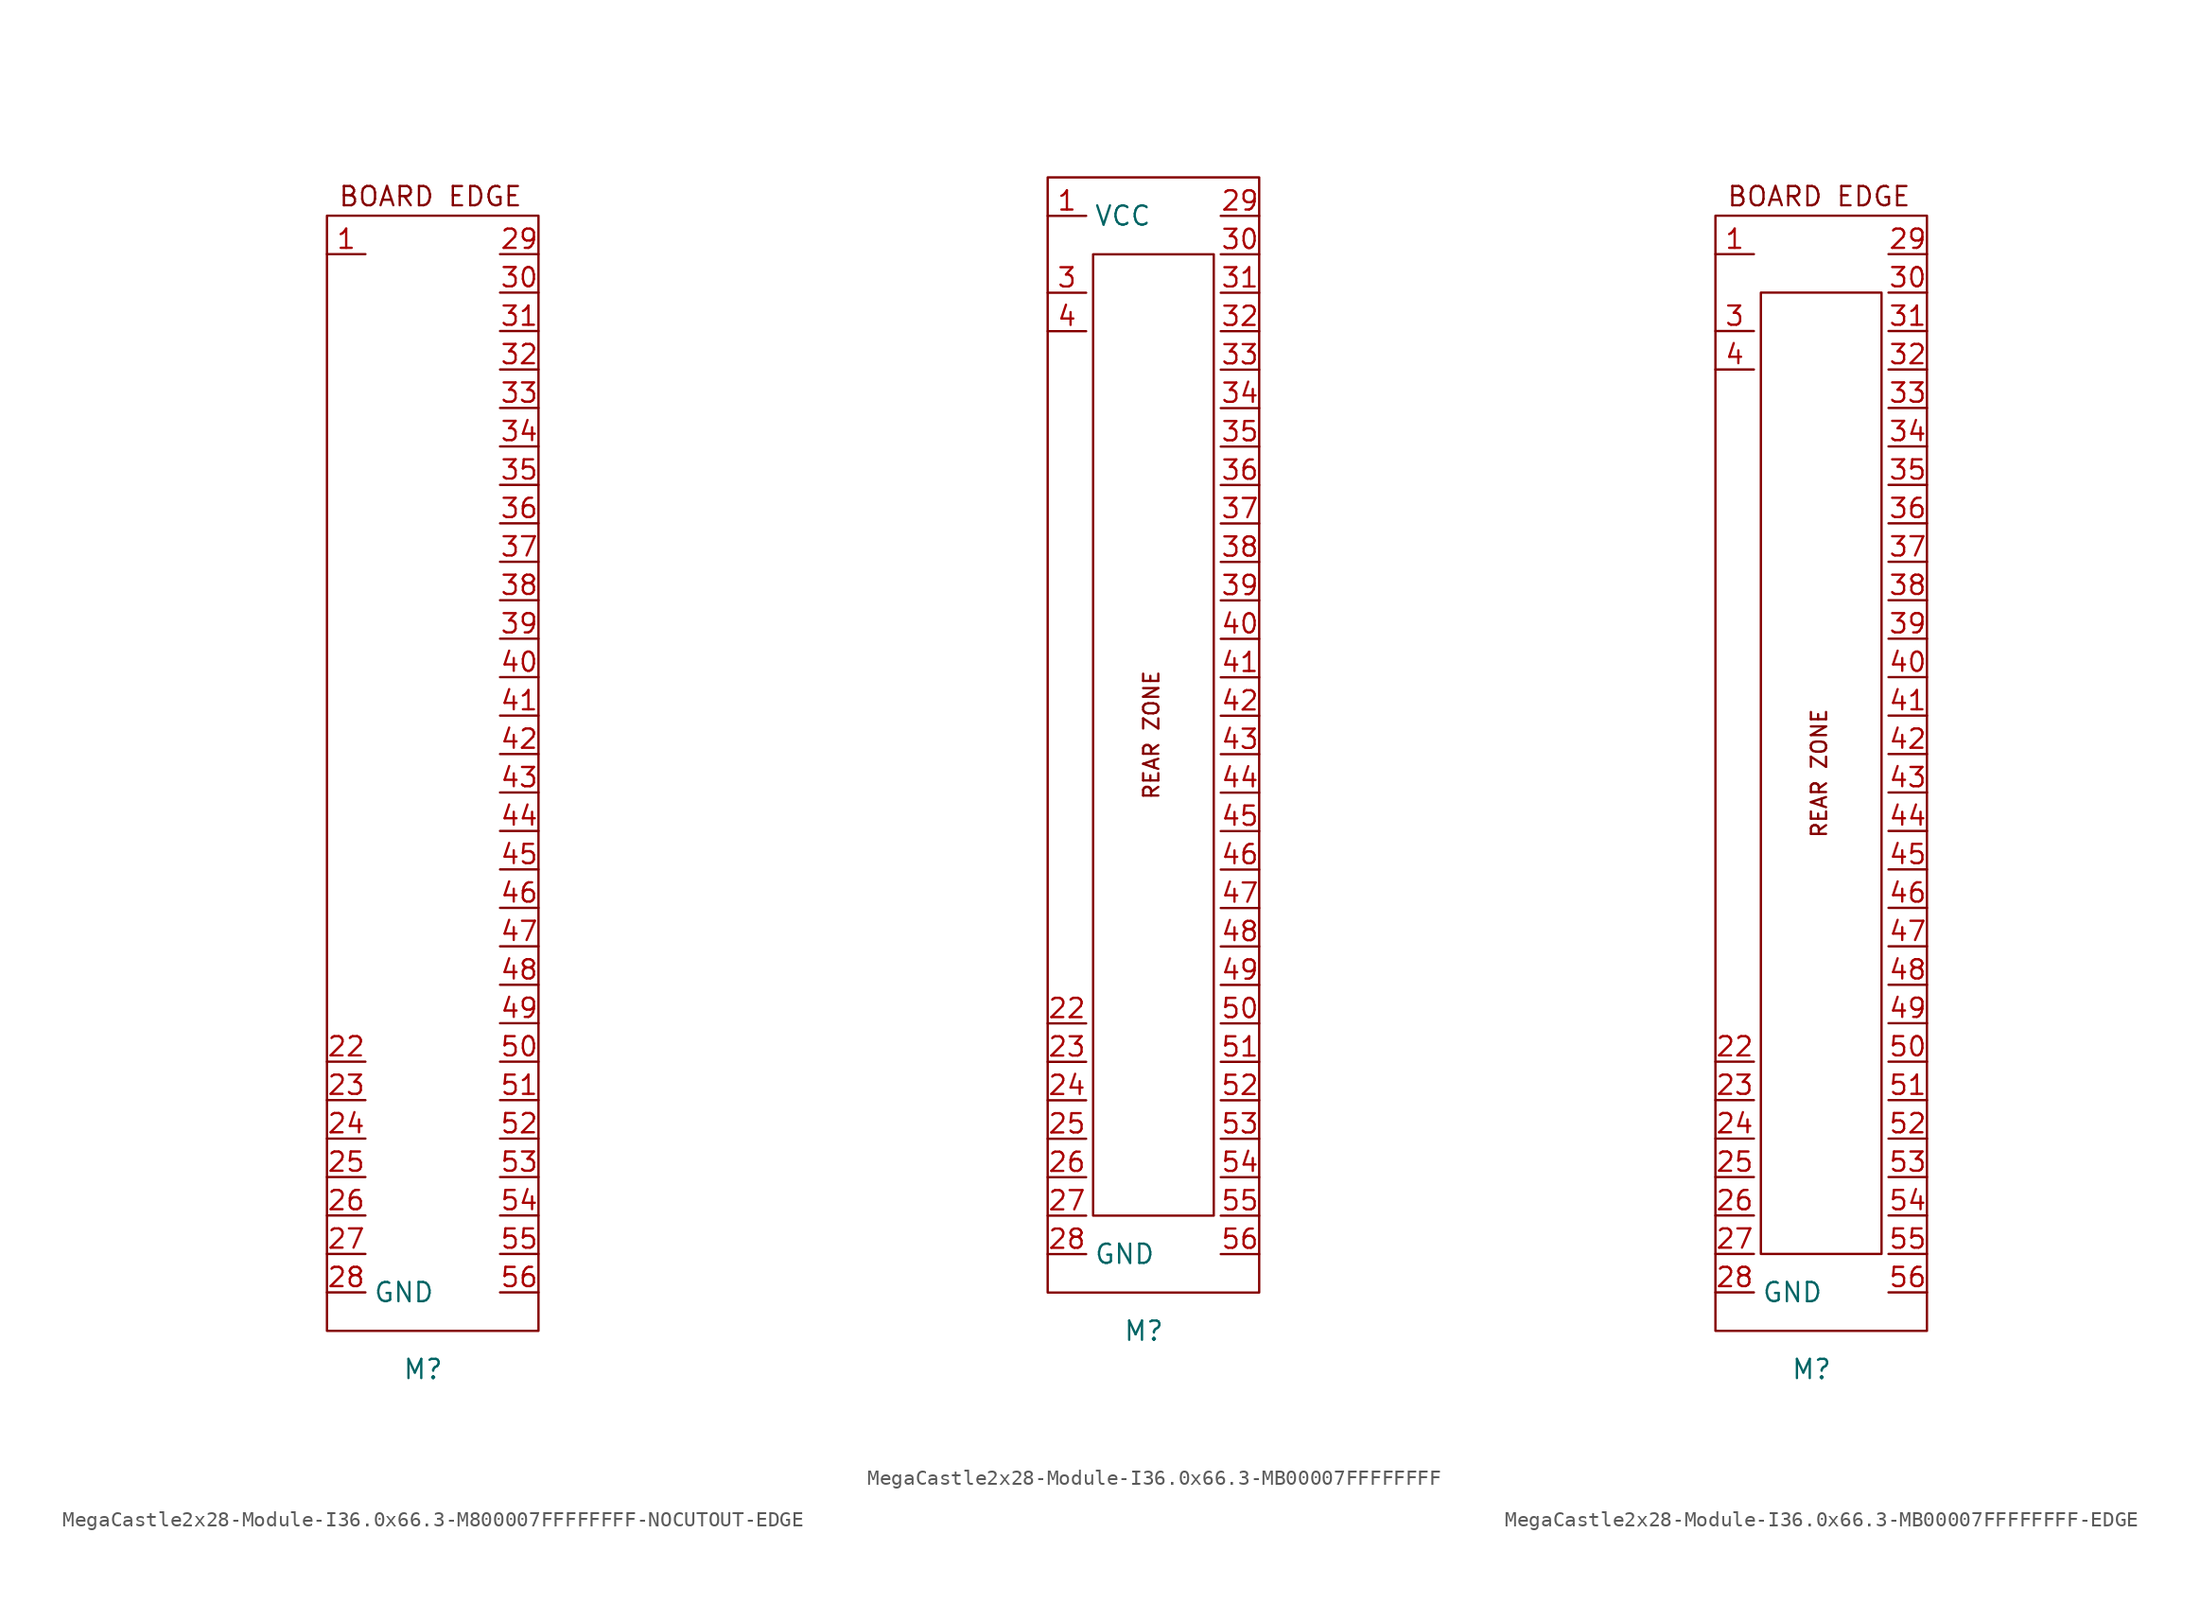
<source format=kicad_sym>
(kicad_symbol_lib
  (version 20241209)
  (generator "kicad_symbol_editor")
  (generator_version "9.0")
  (symbol "MegaCastle2x28-Module-I36.0x66.3-M800007FFFFFFFF-NOCUTOUT-EDGE"
    (property "Reference" "M"
      (at 0 -39.37 0)
      (effects (font (size 1.27 1.27))))
    (property "Value" ""
      (at 0 5.08 0)
      (effects (font (size 1.27 1.27))))
    (symbol "MegaCastle2x28-Module-I36.0x66.3-M800007FFFFFFFF-NOCUTOUT-EDGE_0_1"
      (rectangle (start -6.35 36.83) (end 7.62 -36.83) (stroke (width 0) (type default)) (fill (type none))))
    (symbol "MegaCastle2x28-Module-I36.0x66.3-M800007FFFFFFFF-NOCUTOUT-EDGE_1_1"
      (text " BOARD EDGE" (at 0 38.1 0) (effects (font (size 1.27 1.27))))
      (pin bidirectional line (at -6.35 34.29 0) (length 2.54) (name "" (effects (font (size 1.27 1.27)))) (number "1" (effects (font (size 1.27 1.27)))))
      (pin bidirectional line (at -6.35 -19.05 0) (length 2.54) (name "" (effects (font (size 1.27 1.27)))) (number "22" (effects (font (size 1.27 1.27)))))
      (pin bidirectional line (at -6.35 -21.59 0) (length 2.54) (name "" (effects (font (size 1.27 1.27)))) (number "23" (effects (font (size 1.27 1.27)))))
      (pin bidirectional line (at -6.35 -24.13 0) (length 2.54) (name "" (effects (font (size 1.27 1.27)))) (number "24" (effects (font (size 1.27 1.27)))))
      (pin bidirectional line (at -6.35 -26.67 0) (length 2.54) (name "" (effects (font (size 1.27 1.27)))) (number "25" (effects (font (size 1.27 1.27)))))
      (pin bidirectional line (at -6.35 -29.21 0) (length 2.54) (name "" (effects (font (size 1.27 1.27)))) (number "26" (effects (font (size 1.27 1.27)))))
      (pin bidirectional line (at -6.35 -31.75 0) (length 2.54) (name "" (effects (font (size 1.27 1.27)))) (number "27" (effects (font (size 1.27 1.27)))))
      (pin bidirectional line (at -6.35 -34.29 0) (length 2.54) (name "GND" (effects (font (size 1.27 1.27)))) (number "28" (effects (font (size 1.27 1.27)))))
      (pin bidirectional line (at 7.62 34.29 180) (length 2.54) (name "" (effects (font (size 1.27 1.27)))) (number "29" (effects (font (size 1.27 1.27)))))
      (pin bidirectional line (at 7.62 31.75 180) (length 2.54) (name "" (effects (font (size 1.27 1.27)))) (number "30" (effects (font (size 1.27 1.27)))))
      (pin bidirectional line (at 7.62 29.21 180) (length 2.54) (name "" (effects (font (size 1.27 1.27)))) (number "31" (effects (font (size 1.27 1.27)))))
      (pin bidirectional line (at 7.62 26.67 180) (length 2.54) (name "" (effects (font (size 1.27 1.27)))) (number "32" (effects (font (size 1.27 1.27)))))
      (pin bidirectional line (at 7.62 24.13 180) (length 2.54) (name "" (effects (font (size 1.27 1.27)))) (number "33" (effects (font (size 1.27 1.27)))))
      (pin bidirectional line (at 7.62 21.59 180) (length 2.54) (name "" (effects (font (size 1.27 1.27)))) (number "34" (effects (font (size 1.27 1.27)))))
      (pin bidirectional line (at 7.62 19.05 180) (length 2.54) (name "" (effects (font (size 1.27 1.27)))) (number "35" (effects (font (size 1.27 1.27)))))
      (pin bidirectional line (at 7.62 16.51 180) (length 2.54) (name "" (effects (font (size 1.27 1.27)))) (number "36" (effects (font (size 1.27 1.27)))))
      (pin bidirectional line (at 7.62 13.97 180) (length 2.54) (name "" (effects (font (size 1.27 1.27)))) (number "37" (effects (font (size 1.27 1.27)))))
      (pin bidirectional line (at 7.62 11.43 180) (length 2.54) (name "" (effects (font (size 1.27 1.27)))) (number "38" (effects (font (size 1.27 1.27)))))
      (pin bidirectional line (at 7.62 8.89 180) (length 2.54) (name "" (effects (font (size 1.27 1.27)))) (number "39" (effects (font (size 1.27 1.27)))))
      (pin bidirectional line (at 7.62 6.35 180) (length 2.54) (name "" (effects (font (size 1.27 1.27)))) (number "40" (effects (font (size 1.27 1.27)))))
      (pin bidirectional line (at 7.62 3.81 180) (length 2.54) (name "" (effects (font (size 1.27 1.27)))) (number "41" (effects (font (size 1.27 1.27)))))
      (pin bidirectional line (at 7.62 1.27 180) (length 2.54) (name "" (effects (font (size 1.27 1.27)))) (number "42" (effects (font (size 1.27 1.27)))))
      (pin bidirectional line (at 7.62 -1.27 180) (length 2.54) (name "" (effects (font (size 1.27 1.27)))) (number "43" (effects (font (size 1.27 1.27)))))
      (pin bidirectional line (at 7.62 -3.81 180) (length 2.54) (name "" (effects (font (size 1.27 1.27)))) (number "44" (effects (font (size 1.27 1.27)))))
      (pin bidirectional line (at 7.62 -6.35 180) (length 2.54) (name "" (effects (font (size 1.27 1.27)))) (number "45" (effects (font (size 1.27 1.27)))))
      (pin bidirectional line (at 7.62 -8.89 180) (length 2.54) (name "" (effects (font (size 1.27 1.27)))) (number "46" (effects (font (size 1.27 1.27)))))
      (pin bidirectional line (at 7.62 -11.43 180) (length 2.54) (name "" (effects (font (size 1.27 1.27)))) (number "47" (effects (font (size 1.27 1.27)))))
      (pin bidirectional line (at 7.62 -13.97 180) (length 2.54) (name "" (effects (font (size 1.27 1.27)))) (number "48" (effects (font (size 1.27 1.27)))))
      (pin bidirectional line (at 7.62 -16.51 180) (length 2.54) (name "" (effects (font (size 1.27 1.27)))) (number "49" (effects (font (size 1.27 1.27)))))
      (pin bidirectional line (at 7.62 -19.05 180) (length 2.54) (name "" (effects (font (size 1.27 1.27)))) (number "50" (effects (font (size 1.27 1.27)))))
      (pin bidirectional line (at 7.62 -21.59 180) (length 2.54) (name "" (effects (font (size 1.27 1.27)))) (number "51" (effects (font (size 1.27 1.27)))))
      (pin bidirectional line (at 7.62 -24.13 180) (length 2.54) (name "" (effects (font (size 1.27 1.27)))) (number "52" (effects (font (size 1.27 1.27)))))
      (pin bidirectional line (at 7.62 -26.67 180) (length 2.54) (name "" (effects (font (size 1.27 1.27)))) (number "53" (effects (font (size 1.27 1.27)))))
      (pin bidirectional line (at 7.62 -29.21 180) (length 2.54) (name "" (effects (font (size 1.27 1.27)))) (number "54" (effects (font (size 1.27 1.27)))))
      (pin bidirectional line (at 7.62 -31.75 180) (length 2.54) (name "" (effects (font (size 1.27 1.27)))) (number "55" (effects (font (size 1.27 1.27)))))
      (pin bidirectional line (at 7.62 -34.29 180) (length 2.54) (name "" (effects (font (size 1.27 1.27)))) (number "56" (effects (font (size 1.27 1.27)))))))
  (symbol "MegaCastle2x28-Module-I36.0x66.3-MB00007FFFFFFFF"
    (property "Reference" "M"
      (at 0 -39.37 0)
      (effects (font (size 1.27 1.27))))
    (property "Value" ""
      (at 0 5.08 0)
      (effects (font (size 1.27 1.27))))
    (symbol "MegaCastle2x28-Module-I36.0x66.3-MB00007FFFFFFFF_0_1"
      (rectangle (start -6.35 36.83) (end 7.62 -36.83) (stroke (width 0) (type default)) (fill (type none)))
      (rectangle (start -3.35 31.75) (end 4.62 -31.75) (stroke (width 0) (type default)) (fill (type none))))
    (symbol "MegaCastle2x28-Module-I36.0x66.3-MB00007FFFFFFFF_1_1"
      (text "REAR ZONE" (at 0.5 0 900) (effects (font (size 1 1))))
      (pin bidirectional line (at -6.35 34.29 0) (length 2.54) (name "VCC" (effects (font (size 1.27 1.27)))) (number "1" (effects (font (size 1.27 1.27)))))
      (pin bidirectional line (at -6.35 29.21 0) (length 2.54) (name "" (effects (font (size 1.27 1.27)))) (number "3" (effects (font (size 1.27 1.27)))))
      (pin bidirectional line (at -6.35 26.67 0) (length 2.54) (name "" (effects (font (size 1.27 1.27)))) (number "4" (effects (font (size 1.27 1.27)))))
      (pin bidirectional line (at -6.35 -19.05 0) (length 2.54) (name "" (effects (font (size 1.27 1.27)))) (number "22" (effects (font (size 1.27 1.27)))))
      (pin bidirectional line (at -6.35 -21.59 0) (length 2.54) (name "" (effects (font (size 1.27 1.27)))) (number "23" (effects (font (size 1.27 1.27)))))
      (pin bidirectional line (at -6.35 -24.13 0) (length 2.54) (name "" (effects (font (size 1.27 1.27)))) (number "24" (effects (font (size 1.27 1.27)))))
      (pin bidirectional line (at -6.35 -26.67 0) (length 2.54) (name "" (effects (font (size 1.27 1.27)))) (number "25" (effects (font (size 1.27 1.27)))))
      (pin bidirectional line (at -6.35 -29.21 0) (length 2.54) (name "" (effects (font (size 1.27 1.27)))) (number "26" (effects (font (size 1.27 1.27)))))
      (pin bidirectional line (at -6.35 -31.75 0) (length 2.54) (name "" (effects (font (size 1.27 1.27)))) (number "27" (effects (font (size 1.27 1.27)))))
      (pin bidirectional line (at -6.35 -34.29 0) (length 2.54) (name "GND" (effects (font (size 1.27 1.27)))) (number "28" (effects (font (size 1.27 1.27)))))
      (pin bidirectional line (at 7.62 34.29 180) (length 2.54) (name "" (effects (font (size 1.27 1.27)))) (number "29" (effects (font (size 1.27 1.27)))))
      (pin bidirectional line (at 7.62 31.75 180) (length 2.54) (name "" (effects (font (size 1.27 1.27)))) (number "30" (effects (font (size 1.27 1.27)))))
      (pin bidirectional line (at 7.62 29.21 180) (length 2.54) (name "" (effects (font (size 1.27 1.27)))) (number "31" (effects (font (size 1.27 1.27)))))
      (pin bidirectional line (at 7.62 26.67 180) (length 2.54) (name "" (effects (font (size 1.27 1.27)))) (number "32" (effects (font (size 1.27 1.27)))))
      (pin bidirectional line (at 7.62 24.13 180) (length 2.54) (name "" (effects (font (size 1.27 1.27)))) (number "33" (effects (font (size 1.27 1.27)))))
      (pin bidirectional line (at 7.62 21.59 180) (length 2.54) (name "" (effects (font (size 1.27 1.27)))) (number "34" (effects (font (size 1.27 1.27)))))
      (pin bidirectional line (at 7.62 19.05 180) (length 2.54) (name "" (effects (font (size 1.27 1.27)))) (number "35" (effects (font (size 1.27 1.27)))))
      (pin bidirectional line (at 7.62 16.51 180) (length 2.54) (name "" (effects (font (size 1.27 1.27)))) (number "36" (effects (font (size 1.27 1.27)))))
      (pin bidirectional line (at 7.62 13.97 180) (length 2.54) (name "" (effects (font (size 1.27 1.27)))) (number "37" (effects (font (size 1.27 1.27)))))
      (pin bidirectional line (at 7.62 11.43 180) (length 2.54) (name "" (effects (font (size 1.27 1.27)))) (number "38" (effects (font (size 1.27 1.27)))))
      (pin bidirectional line (at 7.62 8.89 180) (length 2.54) (name "" (effects (font (size 1.27 1.27)))) (number "39" (effects (font (size 1.27 1.27)))))
      (pin bidirectional line (at 7.62 6.35 180) (length 2.54) (name "" (effects (font (size 1.27 1.27)))) (number "40" (effects (font (size 1.27 1.27)))))
      (pin bidirectional line (at 7.62 3.81 180) (length 2.54) (name "" (effects (font (size 1.27 1.27)))) (number "41" (effects (font (size 1.27 1.27)))))
      (pin bidirectional line (at 7.62 1.27 180) (length 2.54) (name "" (effects (font (size 1.27 1.27)))) (number "42" (effects (font (size 1.27 1.27)))))
      (pin bidirectional line (at 7.62 -1.27 180) (length 2.54) (name "" (effects (font (size 1.27 1.27)))) (number "43" (effects (font (size 1.27 1.27)))))
      (pin bidirectional line (at 7.62 -3.81 180) (length 2.54) (name "" (effects (font (size 1.27 1.27)))) (number "44" (effects (font (size 1.27 1.27)))))
      (pin bidirectional line (at 7.62 -6.35 180) (length 2.54) (name "" (effects (font (size 1.27 1.27)))) (number "45" (effects (font (size 1.27 1.27)))))
      (pin bidirectional line (at 7.62 -8.89 180) (length 2.54) (name "" (effects (font (size 1.27 1.27)))) (number "46" (effects (font (size 1.27 1.27)))))
      (pin bidirectional line (at 7.62 -11.43 180) (length 2.54) (name "" (effects (font (size 1.27 1.27)))) (number "47" (effects (font (size 1.27 1.27)))))
      (pin bidirectional line (at 7.62 -13.97 180) (length 2.54) (name "" (effects (font (size 1.27 1.27)))) (number "48" (effects (font (size 1.27 1.27)))))
      (pin bidirectional line (at 7.62 -16.51 180) (length 2.54) (name "" (effects (font (size 1.27 1.27)))) (number "49" (effects (font (size 1.27 1.27)))))
      (pin bidirectional line (at 7.62 -19.05 180) (length 2.54) (name "" (effects (font (size 1.27 1.27)))) (number "50" (effects (font (size 1.27 1.27)))))
      (pin bidirectional line (at 7.62 -21.59 180) (length 2.54) (name "" (effects (font (size 1.27 1.27)))) (number "51" (effects (font (size 1.27 1.27)))))
      (pin bidirectional line (at 7.62 -24.13 180) (length 2.54) (name "" (effects (font (size 1.27 1.27)))) (number "52" (effects (font (size 1.27 1.27)))))
      (pin bidirectional line (at 7.62 -26.67 180) (length 2.54) (name "" (effects (font (size 1.27 1.27)))) (number "53" (effects (font (size 1.27 1.27)))))
      (pin bidirectional line (at 7.62 -29.21 180) (length 2.54) (name "" (effects (font (size 1.27 1.27)))) (number "54" (effects (font (size 1.27 1.27)))))
      (pin bidirectional line (at 7.62 -31.75 180) (length 2.54) (name "" (effects (font (size 1.27 1.27)))) (number "55" (effects (font (size 1.27 1.27)))))
      (pin bidirectional line (at 7.62 -34.29 180) (length 2.54) (name "" (effects (font (size 1.27 1.27)))) (number "56" (effects (font (size 1.27 1.27)))))))
  (symbol "MegaCastle2x28-Module-I36.0x66.3-MB00007FFFFFFFF-EDGE"
    (property "Reference" "M"
      (at 0 -39.37 0)
      (effects (font (size 1.27 1.27))))
    (property "Value" ""
      (at 0 5.08 0)
      (effects (font (size 1.27 1.27))))
    (symbol "MegaCastle2x28-Module-I36.0x66.3-MB00007FFFFFFFF-EDGE_0_1"
      (rectangle (start -6.35 36.83) (end 7.62 -36.83) (stroke (width 0) (type default)) (fill (type none)))
      (rectangle (start -3.35 31.75) (end 4.62 -31.75) (stroke (width 0) (type default)) (fill (type none))))
    (symbol "MegaCastle2x28-Module-I36.0x66.3-MB00007FFFFFFFF-EDGE_1_1"
      (text " BOARD EDGE" (at 0 38.1 0) (effects (font (size 1.27 1.27))))
      (text "REAR ZONE" (at 0.5 0 900) (effects (font (size 1 1))))
      (pin bidirectional line (at -6.35 34.29 0) (length 2.54) (name "" (effects (font (size 1.27 1.27)))) (number "1" (effects (font (size 1.27 1.27)))))
      (pin bidirectional line (at -6.35 29.21 0) (length 2.54) (name "" (effects (font (size 1.27 1.27)))) (number "3" (effects (font (size 1.27 1.27)))))
      (pin bidirectional line (at -6.35 26.67 0) (length 2.54) (name "" (effects (font (size 1.27 1.27)))) (number "4" (effects (font (size 1.27 1.27)))))
      (pin bidirectional line (at -6.35 -19.05 0) (length 2.54) (name "" (effects (font (size 1.27 1.27)))) (number "22" (effects (font (size 1.27 1.27)))))
      (pin bidirectional line (at -6.35 -21.59 0) (length 2.54) (name "" (effects (font (size 1.27 1.27)))) (number "23" (effects (font (size 1.27 1.27)))))
      (pin bidirectional line (at -6.35 -24.13 0) (length 2.54) (name "" (effects (font (size 1.27 1.27)))) (number "24" (effects (font (size 1.27 1.27)))))
      (pin bidirectional line (at -6.35 -26.67 0) (length 2.54) (name "" (effects (font (size 1.27 1.27)))) (number "25" (effects (font (size 1.27 1.27)))))
      (pin bidirectional line (at -6.35 -29.21 0) (length 2.54) (name "" (effects (font (size 1.27 1.27)))) (number "26" (effects (font (size 1.27 1.27)))))
      (pin bidirectional line (at -6.35 -31.75 0) (length 2.54) (name "" (effects (font (size 1.27 1.27)))) (number "27" (effects (font (size 1.27 1.27)))))
      (pin bidirectional line (at -6.35 -34.29 0) (length 2.54) (name "GND" (effects (font (size 1.27 1.27)))) (number "28" (effects (font (size 1.27 1.27)))))
      (pin bidirectional line (at 7.62 34.29 180) (length 2.54) (name "" (effects (font (size 1.27 1.27)))) (number "29" (effects (font (size 1.27 1.27)))))
      (pin bidirectional line (at 7.62 31.75 180) (length 2.54) (name "" (effects (font (size 1.27 1.27)))) (number "30" (effects (font (size 1.27 1.27)))))
      (pin bidirectional line (at 7.62 29.21 180) (length 2.54) (name "" (effects (font (size 1.27 1.27)))) (number "31" (effects (font (size 1.27 1.27)))))
      (pin bidirectional line (at 7.62 26.67 180) (length 2.54) (name "" (effects (font (size 1.27 1.27)))) (number "32" (effects (font (size 1.27 1.27)))))
      (pin bidirectional line (at 7.62 24.13 180) (length 2.54) (name "" (effects (font (size 1.27 1.27)))) (number "33" (effects (font (size 1.27 1.27)))))
      (pin bidirectional line (at 7.62 21.59 180) (length 2.54) (name "" (effects (font (size 1.27 1.27)))) (number "34" (effects (font (size 1.27 1.27)))))
      (pin bidirectional line (at 7.62 19.05 180) (length 2.54) (name "" (effects (font (size 1.27 1.27)))) (number "35" (effects (font (size 1.27 1.27)))))
      (pin bidirectional line (at 7.62 16.51 180) (length 2.54) (name "" (effects (font (size 1.27 1.27)))) (number "36" (effects (font (size 1.27 1.27)))))
      (pin bidirectional line (at 7.62 13.97 180) (length 2.54) (name "" (effects (font (size 1.27 1.27)))) (number "37" (effects (font (size 1.27 1.27)))))
      (pin bidirectional line (at 7.62 11.43 180) (length 2.54) (name "" (effects (font (size 1.27 1.27)))) (number "38" (effects (font (size 1.27 1.27)))))
      (pin bidirectional line (at 7.62 8.89 180) (length 2.54) (name "" (effects (font (size 1.27 1.27)))) (number "39" (effects (font (size 1.27 1.27)))))
      (pin bidirectional line (at 7.62 6.35 180) (length 2.54) (name "" (effects (font (size 1.27 1.27)))) (number "40" (effects (font (size 1.27 1.27)))))
      (pin bidirectional line (at 7.62 3.81 180) (length 2.54) (name "" (effects (font (size 1.27 1.27)))) (number "41" (effects (font (size 1.27 1.27)))))
      (pin bidirectional line (at 7.62 1.27 180) (length 2.54) (name "" (effects (font (size 1.27 1.27)))) (number "42" (effects (font (size 1.27 1.27)))))
      (pin bidirectional line (at 7.62 -1.27 180) (length 2.54) (name "" (effects (font (size 1.27 1.27)))) (number "43" (effects (font (size 1.27 1.27)))))
      (pin bidirectional line (at 7.62 -3.81 180) (length 2.54) (name "" (effects (font (size 1.27 1.27)))) (number "44" (effects (font (size 1.27 1.27)))))
      (pin bidirectional line (at 7.62 -6.35 180) (length 2.54) (name "" (effects (font (size 1.27 1.27)))) (number "45" (effects (font (size 1.27 1.27)))))
      (pin bidirectional line (at 7.62 -8.89 180) (length 2.54) (name "" (effects (font (size 1.27 1.27)))) (number "46" (effects (font (size 1.27 1.27)))))
      (pin bidirectional line (at 7.62 -11.43 180) (length 2.54) (name "" (effects (font (size 1.27 1.27)))) (number "47" (effects (font (size 1.27 1.27)))))
      (pin bidirectional line (at 7.62 -13.97 180) (length 2.54) (name "" (effects (font (size 1.27 1.27)))) (number "48" (effects (font (size 1.27 1.27)))))
      (pin bidirectional line (at 7.62 -16.51 180) (length 2.54) (name "" (effects (font (size 1.27 1.27)))) (number "49" (effects (font (size 1.27 1.27)))))
      (pin bidirectional line (at 7.62 -19.05 180) (length 2.54) (name "" (effects (font (size 1.27 1.27)))) (number "50" (effects (font (size 1.27 1.27)))))
      (pin bidirectional line (at 7.62 -21.59 180) (length 2.54) (name "" (effects (font (size 1.27 1.27)))) (number "51" (effects (font (size 1.27 1.27)))))
      (pin bidirectional line (at 7.62 -24.13 180) (length 2.54) (name "" (effects (font (size 1.27 1.27)))) (number "52" (effects (font (size 1.27 1.27)))))
      (pin bidirectional line (at 7.62 -26.67 180) (length 2.54) (name "" (effects (font (size 1.27 1.27)))) (number "53" (effects (font (size 1.27 1.27)))))
      (pin bidirectional line (at 7.62 -29.21 180) (length 2.54) (name "" (effects (font (size 1.27 1.27)))) (number "54" (effects (font (size 1.27 1.27)))))
      (pin bidirectional line (at 7.62 -31.75 180) (length 2.54) (name "" (effects (font (size 1.27 1.27)))) (number "55" (effects (font (size 1.27 1.27)))))
      (pin bidirectional line (at 7.62 -34.29 180) (length 2.54) (name "" (effects (font (size 1.27 1.27)))) (number "56" (effects (font (size 1.27 1.27))))))))
</source>
